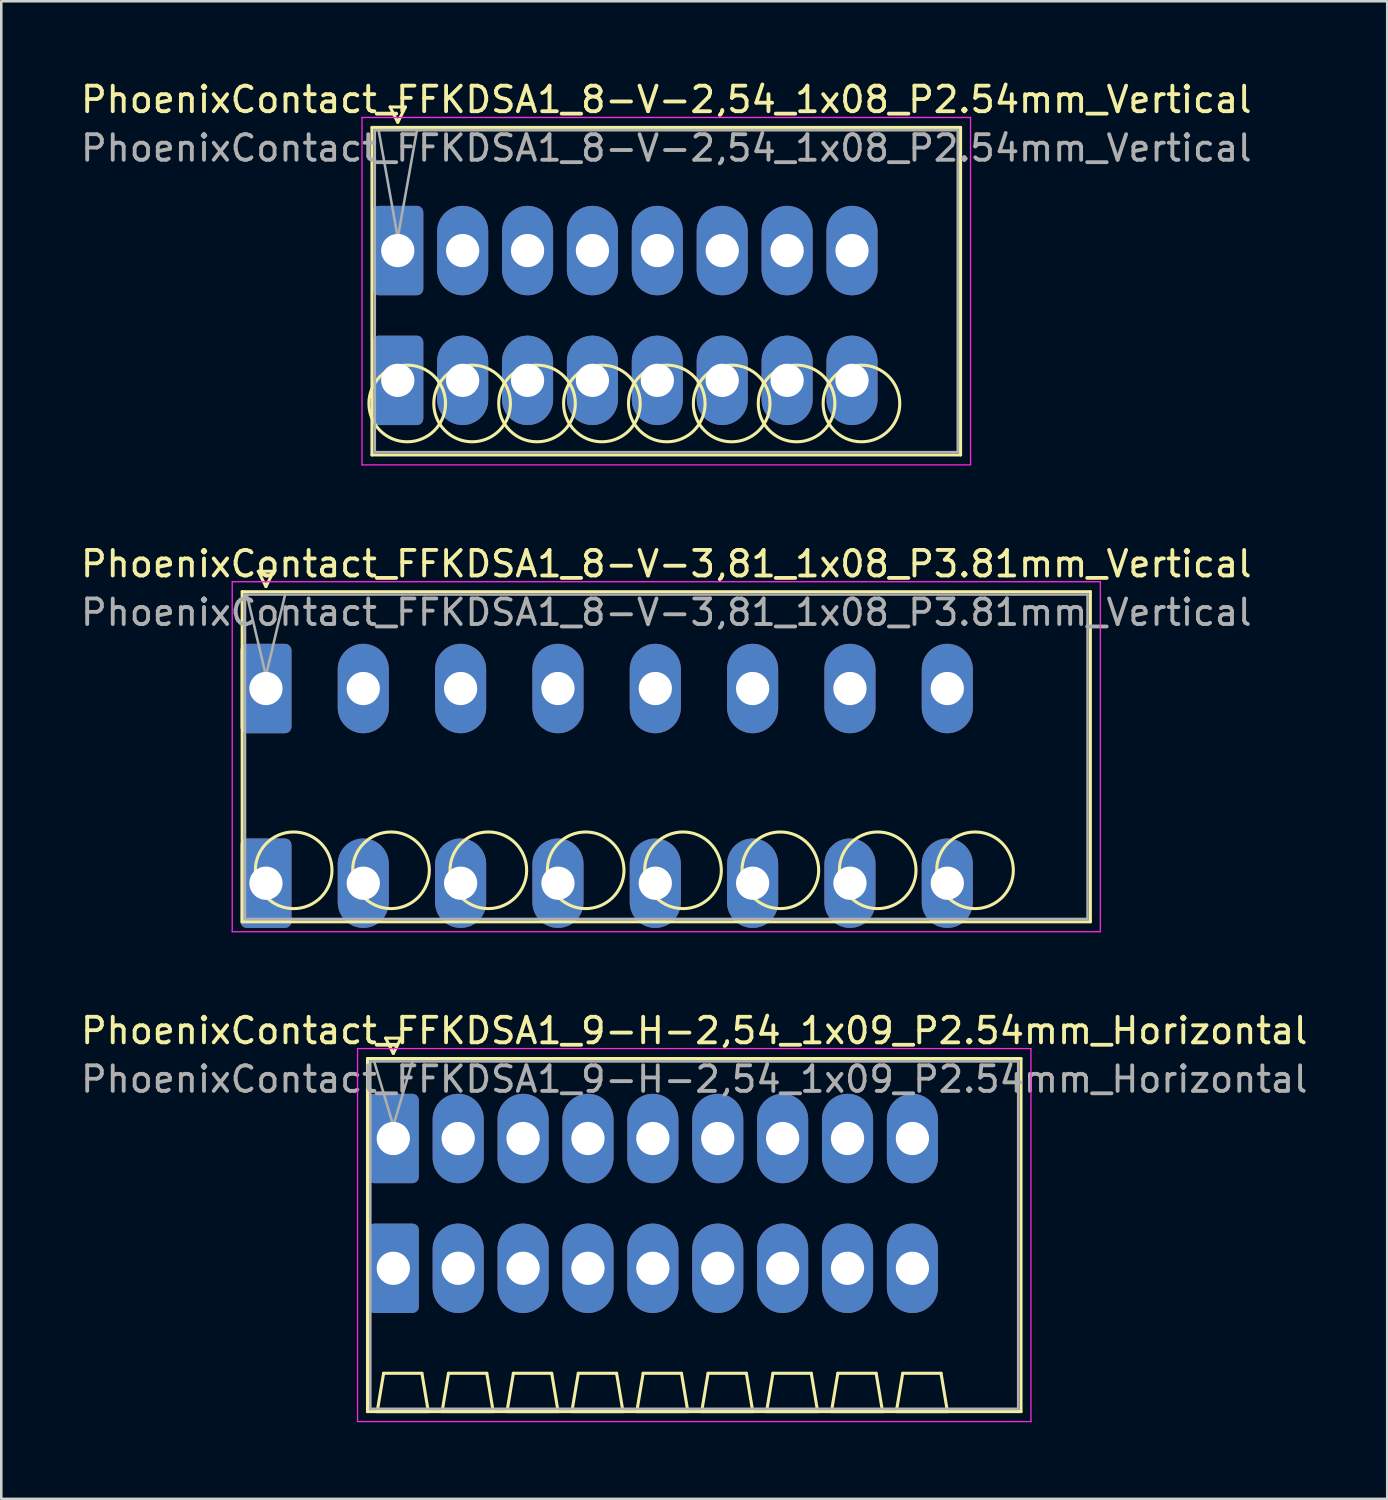
<source format=kicad_pcb>
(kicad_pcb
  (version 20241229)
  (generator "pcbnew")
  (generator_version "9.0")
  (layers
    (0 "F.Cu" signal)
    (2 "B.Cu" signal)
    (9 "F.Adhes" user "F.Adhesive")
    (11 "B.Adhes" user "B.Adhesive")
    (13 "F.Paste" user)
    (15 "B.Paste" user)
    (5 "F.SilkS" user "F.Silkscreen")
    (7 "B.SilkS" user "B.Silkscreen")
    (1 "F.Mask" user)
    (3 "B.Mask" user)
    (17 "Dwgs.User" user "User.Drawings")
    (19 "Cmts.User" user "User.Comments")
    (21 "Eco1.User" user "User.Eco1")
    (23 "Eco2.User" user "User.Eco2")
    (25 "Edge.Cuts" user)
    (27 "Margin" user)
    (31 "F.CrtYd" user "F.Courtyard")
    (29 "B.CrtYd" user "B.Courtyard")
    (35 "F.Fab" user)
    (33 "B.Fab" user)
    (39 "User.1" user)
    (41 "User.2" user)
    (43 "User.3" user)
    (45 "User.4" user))
  (footprint "PhoenixContact_FFKDSA1_8-V-3,81_1x08_P3.81mm_Vertical"
    (layer "F.Cu")
    (at 7.36 23.901)
    (property "Reference" "PhoenixContact_FFKDSA1_8-V-3,81_1x08_P3.81mm_Vertical" (at 15.67 -4.88 0) (layer "F.SilkS") (effects (font (size 1 1) (thickness 0.15))))
    (attr through_hole)
    (fp_line (start -0.93 -3.79) (end -0.93 9.13) (stroke (width 0.12) (type solid)) (layer "F.SilkS"))
    (fp_line (start -0.93 9.13) (end 32.27 9.13) (stroke (width 0.12) (type solid)) (layer "F.SilkS"))
    (fp_line (start -0.3 -4.59) (end 0.3 -4.59) (stroke (width 0.12) (type solid)) (layer "F.SilkS"))
    (fp_line (start 0 -3.99) (end -0.3 -4.59) (stroke (width 0.12) (type solid)) (layer "F.SilkS"))
    (fp_line (start 0.3 -4.59) (end 0 -3.99) (stroke (width 0.12) (type solid)) (layer "F.SilkS"))
    (fp_line (start 32.27 -3.79) (end -0.93 -3.79) (stroke (width 0.12) (type solid)) (layer "F.SilkS"))
    (fp_line (start 32.27 9.13) (end 32.27 -3.79) (stroke (width 0.12) (type solid)) (layer "F.SilkS"))
    (fp_circle (center 1.085 7.115) (end 2.585 7.115) (stroke (width 0.12) (type solid)) (fill no) (layer "F.SilkS"))
    (fp_circle (center 4.895 7.115) (end 6.395 7.115) (stroke (width 0.12) (type solid)) (fill no) (layer "F.SilkS"))
    (fp_circle (center 8.705 7.115) (end 10.205 7.115) (stroke (width 0.12) (type solid)) (fill no) (layer "F.SilkS"))
    (fp_circle (center 12.515 7.115) (end 14.015 7.115) (stroke (width 0.12) (type solid)) (fill no) (layer "F.SilkS"))
    (fp_circle (center 16.325 7.115) (end 17.825 7.115) (stroke (width 0.12) (type solid)) (fill no) (layer "F.SilkS"))
    (fp_circle (center 20.135 7.115) (end 21.635 7.115) (stroke (width 0.12) (type solid)) (fill no) (layer "F.SilkS"))
    (fp_circle (center 23.945 7.115) (end 25.445 7.115) (stroke (width 0.12) (type solid)) (fill no) (layer "F.SilkS"))
    (fp_circle (center 27.755 7.115) (end 29.255 7.115) (stroke (width 0.12) (type solid)) (fill no) (layer "F.SilkS"))
    (fp_line (start -1.32 -4.18) (end -1.32 9.52) (stroke (width 0.05) (type solid)) (layer "F.CrtYd"))
    (fp_line (start -1.32 9.52) (end 32.66 9.52) (stroke (width 0.05) (type solid)) (layer "F.CrtYd"))
    (fp_line (start 32.66 -4.18) (end -1.32 -4.18) (stroke (width 0.05) (type solid)) (layer "F.CrtYd"))
    (fp_line (start 32.66 9.52) (end 32.66 -4.18) (stroke (width 0.05) (type solid)) (layer "F.CrtYd"))
    (fp_line (start -0.82 -3.68) (end -0.82 9.02) (stroke (width 0.1) (type solid)) (layer "F.Fab"))
    (fp_line (start -0.82 9.02) (end 32.16 9.02) (stroke (width 0.1) (type solid)) (layer "F.Fab"))
    (fp_line (start 0 -0.5) (end -0.75 -3.68) (stroke (width 0.1) (type solid)) (layer "F.Fab"))
    (fp_line (start 0.75 -3.68) (end 0 -0.5) (stroke (width 0.1) (type solid)) (layer "F.Fab"))
    (fp_line (start 32.16 -3.68) (end -0.82 -3.68) (stroke (width 0.1) (type solid)) (layer "F.Fab"))
    (fp_line (start 32.16 9.02) (end 32.16 -3.68) (stroke (width 0.1) (type solid)) (layer "F.Fab"))
    (fp_text user "${REFERENCE}" (at 15.67 -2.98 0) (layer "F.Fab") (effects (font (size 1 1) (thickness 0.15))))
    (pad "1" thru_hole roundrect (at 0 0) (size 2 3.5) (drill 1.3) (layers "*.Cu" "*.Mask") (roundrect_rratio 0.125))
    (pad "1" thru_hole roundrect (at 0 7.62) (size 2 3.5) (drill 1.3) (layers "*.Cu" "*.Mask") (roundrect_rratio 0.125))
    (pad "2" thru_hole oval (at 3.81 0) (size 2 3.5) (drill 1.3) (layers "*.Cu" "*.Mask"))
    (pad "2" thru_hole oval (at 3.81 7.62) (size 2 3.5) (drill 1.3) (layers "*.Cu" "*.Mask"))
    (pad "3" thru_hole oval (at 7.62 0) (size 2 3.5) (drill 1.3) (layers "*.Cu" "*.Mask"))
    (pad "3" thru_hole oval (at 7.62 7.62) (size 2 3.5) (drill 1.3) (layers "*.Cu" "*.Mask"))
    (pad "4" thru_hole oval (at 11.43 0) (size 2 3.5) (drill 1.3) (layers "*.Cu" "*.Mask"))
    (pad "4" thru_hole oval (at 11.43 7.62) (size 2 3.5) (drill 1.3) (layers "*.Cu" "*.Mask"))
    (pad "5" thru_hole oval (at 15.24 0) (size 2 3.5) (drill 1.3) (layers "*.Cu" "*.Mask"))
    (pad "5" thru_hole oval (at 15.24 7.62) (size 2 3.5) (drill 1.3) (layers "*.Cu" "*.Mask"))
    (pad "6" thru_hole oval (at 19.05 0) (size 2 3.5) (drill 1.3) (layers "*.Cu" "*.Mask"))
    (pad "6" thru_hole oval (at 19.05 7.62) (size 2 3.5) (drill 1.3) (layers "*.Cu" "*.Mask"))
    (pad "7" thru_hole oval (at 22.86 0) (size 2 3.5) (drill 1.3) (layers "*.Cu" "*.Mask"))
    (pad "7" thru_hole oval (at 22.86 7.62) (size 2 3.5) (drill 1.3) (layers "*.Cu" "*.Mask"))
    (pad "8" thru_hole oval (at 26.67 0) (size 2 3.5) (drill 1.3) (layers "*.Cu" "*.Mask"))
    (pad "8" thru_hole oval (at 26.67 7.62) (size 2 3.5) (drill 1.3) (layers "*.Cu" "*.Mask")))
  (footprint "PhoenixContact_FFKDSA1_9-H-2,54_1x09_P2.54mm_Horizontal"
    (layer "F.Cu")
    (at 12.345 41.515)
    (property "Reference" "PhoenixContact_FFKDSA1_9-H-2,54_1x09_P2.54mm_Horizontal" (at 11.78 -4.22 0) (layer "F.SilkS") (effects (font (size 1 1) (thickness 0.15))))
    (attr through_hole)
    (fp_line (start -1.01 -3.13) (end -1.01 10.69) (stroke (width 0.12) (type solid)) (layer "F.SilkS"))
    (fp_line (start -1.01 10.69) (end 24.57 10.69) (stroke (width 0.12) (type solid)) (layer "F.SilkS"))
    (fp_line (start -0.63 10.69) (end 1.37 10.69) (stroke (width 0.12) (type solid)) (layer "F.SilkS"))
    (fp_line (start -0.38 9.19) (end -0.63 10.69) (stroke (width 0.12) (type solid)) (layer "F.SilkS"))
    (fp_line (start -0.3 -3.93) (end 0.3 -3.93) (stroke (width 0.12) (type solid)) (layer "F.SilkS"))
    (fp_line (start 0 -3.33) (end -0.3 -3.93) (stroke (width 0.12) (type solid)) (layer "F.SilkS"))
    (fp_line (start 0.3 -3.93) (end 0 -3.33) (stroke (width 0.12) (type solid)) (layer "F.SilkS"))
    (fp_line (start 1.12 9.19) (end -0.38 9.19) (stroke (width 0.12) (type solid)) (layer "F.SilkS"))
    (fp_line (start 1.37 10.69) (end 1.12 9.19) (stroke (width 0.12) (type solid)) (layer "F.SilkS"))
    (fp_line (start 1.91 10.69) (end 3.91 10.69) (stroke (width 0.12) (type solid)) (layer "F.SilkS"))
    (fp_line (start 2.16 9.19) (end 1.91 10.69) (stroke (width 0.12) (type solid)) (layer "F.SilkS"))
    (fp_line (start 3.66 9.19) (end 2.16 9.19) (stroke (width 0.12) (type solid)) (layer "F.SilkS"))
    (fp_line (start 3.91 10.69) (end 3.66 9.19) (stroke (width 0.12) (type solid)) (layer "F.SilkS"))
    (fp_line (start 4.45 10.69) (end 6.45 10.69) (stroke (width 0.12) (type solid)) (layer "F.SilkS"))
    (fp_line (start 4.7 9.19) (end 4.45 10.69) (stroke (width 0.12) (type solid)) (layer "F.SilkS"))
    (fp_line (start 6.2 9.19) (end 4.7 9.19) (stroke (width 0.12) (type solid)) (layer "F.SilkS"))
    (fp_line (start 6.45 10.69) (end 6.2 9.19) (stroke (width 0.12) (type solid)) (layer "F.SilkS"))
    (fp_line (start 6.99 10.69) (end 8.99 10.69) (stroke (width 0.12) (type solid)) (layer "F.SilkS"))
    (fp_line (start 7.24 9.19) (end 6.99 10.69) (stroke (width 0.12) (type solid)) (layer "F.SilkS"))
    (fp_line (start 8.74 9.19) (end 7.24 9.19) (stroke (width 0.12) (type solid)) (layer "F.SilkS"))
    (fp_line (start 8.99 10.69) (end 8.74 9.19) (stroke (width 0.12) (type solid)) (layer "F.SilkS"))
    (fp_line (start 9.53 10.69) (end 11.53 10.69) (stroke (width 0.12) (type solid)) (layer "F.SilkS"))
    (fp_line (start 9.78 9.19) (end 9.53 10.69) (stroke (width 0.12) (type solid)) (layer "F.SilkS"))
    (fp_line (start 11.28 9.19) (end 9.78 9.19) (stroke (width 0.12) (type solid)) (layer "F.SilkS"))
    (fp_line (start 11.53 10.69) (end 11.28 9.19) (stroke (width 0.12) (type solid)) (layer "F.SilkS"))
    (fp_line (start 12.07 10.69) (end 14.07 10.69) (stroke (width 0.12) (type solid)) (layer "F.SilkS"))
    (fp_line (start 12.32 9.19) (end 12.07 10.69) (stroke (width 0.12) (type solid)) (layer "F.SilkS"))
    (fp_line (start 13.82 9.19) (end 12.32 9.19) (stroke (width 0.12) (type solid)) (layer "F.SilkS"))
    (fp_line (start 14.07 10.69) (end 13.82 9.19) (stroke (width 0.12) (type solid)) (layer "F.SilkS"))
    (fp_line (start 14.61 10.69) (end 16.61 10.69) (stroke (width 0.12) (type solid)) (layer "F.SilkS"))
    (fp_line (start 14.86 9.19) (end 14.61 10.69) (stroke (width 0.12) (type solid)) (layer "F.SilkS"))
    (fp_line (start 16.36 9.19) (end 14.86 9.19) (stroke (width 0.12) (type solid)) (layer "F.SilkS"))
    (fp_line (start 16.61 10.69) (end 16.36 9.19) (stroke (width 0.12) (type solid)) (layer "F.SilkS"))
    (fp_line (start 17.15 10.69) (end 19.15 10.69) (stroke (width 0.12) (type solid)) (layer "F.SilkS"))
    (fp_line (start 17.4 9.19) (end 17.15 10.69) (stroke (width 0.12) (type solid)) (layer "F.SilkS"))
    (fp_line (start 18.9 9.19) (end 17.4 9.19) (stroke (width 0.12) (type solid)) (layer "F.SilkS"))
    (fp_line (start 19.15 10.69) (end 18.9 9.19) (stroke (width 0.12) (type solid)) (layer "F.SilkS"))
    (fp_line (start 19.69 10.69) (end 21.69 10.69) (stroke (width 0.12) (type solid)) (layer "F.SilkS"))
    (fp_line (start 19.94 9.19) (end 19.69 10.69) (stroke (width 0.12) (type solid)) (layer "F.SilkS"))
    (fp_line (start 21.44 9.19) (end 19.94 9.19) (stroke (width 0.12) (type solid)) (layer "F.SilkS"))
    (fp_line (start 21.69 10.69) (end 21.44 9.19) (stroke (width 0.12) (type solid)) (layer "F.SilkS"))
    (fp_line (start 24.57 -3.13) (end -1.01 -3.13) (stroke (width 0.12) (type solid)) (layer "F.SilkS"))
    (fp_line (start 24.57 10.69) (end 24.57 -3.13) (stroke (width 0.12) (type solid)) (layer "F.SilkS"))
    (fp_line (start -1.4 -3.52) (end -1.4 11.08) (stroke (width 0.05) (type solid)) (layer "F.CrtYd"))
    (fp_line (start -1.4 11.08) (end 24.96 11.08) (stroke (width 0.05) (type solid)) (layer "F.CrtYd"))
    (fp_line (start 24.96 -3.52) (end -1.4 -3.52) (stroke (width 0.05) (type solid)) (layer "F.CrtYd"))
    (fp_line (start 24.96 11.08) (end 24.96 -3.52) (stroke (width 0.05) (type solid)) (layer "F.CrtYd"))
    (fp_line (start -0.9 -3.02) (end -0.9 10.58) (stroke (width 0.1) (type solid)) (layer "F.Fab"))
    (fp_line (start -0.9 10.58) (end 24.46 10.58) (stroke (width 0.1) (type solid)) (layer "F.Fab"))
    (fp_line (start 0 -0.5) (end -0.75 -3.02) (stroke (width 0.1) (type solid)) (layer "F.Fab"))
    (fp_line (start 0.75 -3.02) (end 0 -0.5) (stroke (width 0.1) (type solid)) (layer "F.Fab"))
    (fp_line (start 24.46 -3.02) (end -0.9 -3.02) (stroke (width 0.1) (type solid)) (layer "F.Fab"))
    (fp_line (start 24.46 10.58) (end 24.46 -3.02) (stroke (width 0.1) (type solid)) (layer "F.Fab"))
    (fp_text user "${REFERENCE}" (at 11.78 -2.32 0) (layer "F.Fab") (effects (font (size 1 1) (thickness 0.15))))
    (pad "1" thru_hole roundrect (at 0 0) (size 2 3.5) (drill 1.3) (layers "*.Cu" "*.Mask") (roundrect_rratio 0.125))
    (pad "1" thru_hole roundrect (at 0 5.08) (size 2 3.5) (drill 1.3) (layers "*.Cu" "*.Mask") (roundrect_rratio 0.125))
    (pad "2" thru_hole oval (at 2.54 0) (size 2 3.5) (drill 1.3) (layers "*.Cu" "*.Mask"))
    (pad "2" thru_hole oval (at 2.54 5.08) (size 2 3.5) (drill 1.3) (layers "*.Cu" "*.Mask"))
    (pad "3" thru_hole oval (at 5.08 0) (size 2 3.5) (drill 1.3) (layers "*.Cu" "*.Mask"))
    (pad "3" thru_hole oval (at 5.08 5.08) (size 2 3.5) (drill 1.3) (layers "*.Cu" "*.Mask"))
    (pad "4" thru_hole oval (at 7.62 0) (size 2 3.5) (drill 1.3) (layers "*.Cu" "*.Mask"))
    (pad "4" thru_hole oval (at 7.62 5.08) (size 2 3.5) (drill 1.3) (layers "*.Cu" "*.Mask"))
    (pad "5" thru_hole oval (at 10.16 0) (size 2 3.5) (drill 1.3) (layers "*.Cu" "*.Mask"))
    (pad "5" thru_hole oval (at 10.16 5.08) (size 2 3.5) (drill 1.3) (layers "*.Cu" "*.Mask"))
    (pad "6" thru_hole oval (at 12.7 0) (size 2 3.5) (drill 1.3) (layers "*.Cu" "*.Mask"))
    (pad "6" thru_hole oval (at 12.7 5.08) (size 2 3.5) (drill 1.3) (layers "*.Cu" "*.Mask"))
    (pad "7" thru_hole oval (at 15.24 0) (size 2 3.5) (drill 1.3) (layers "*.Cu" "*.Mask"))
    (pad "7" thru_hole oval (at 15.24 5.08) (size 2 3.5) (drill 1.3) (layers "*.Cu" "*.Mask"))
    (pad "8" thru_hole oval (at 17.78 0) (size 2 3.5) (drill 1.3) (layers "*.Cu" "*.Mask"))
    (pad "8" thru_hole oval (at 17.78 5.08) (size 2 3.5) (drill 1.3) (layers "*.Cu" "*.Mask"))
    (pad "9" thru_hole oval (at 20.32 0) (size 2 3.5) (drill 1.3) (layers "*.Cu" "*.Mask"))
    (pad "9" thru_hole oval (at 20.32 5.08) (size 2 3.5) (drill 1.3) (layers "*.Cu" "*.Mask")))
  (footprint "PhoenixContact_FFKDSA1_8-V-2,54_1x08_P2.54mm_Vertical"
    (layer "F.Cu")
    (at 12.52 6.758)
    (property "Reference" "PhoenixContact_FFKDSA1_8-V-2,54_1x08_P2.54mm_Vertical" (at 10.51 -5.91 0) (layer "F.SilkS") (effects (font (size 1 1) (thickness 0.15))))
    (attr through_hole)
    (fp_line (start -1.01 -4.82) (end -1.01 8) (stroke (width 0.12) (type solid)) (layer "F.SilkS"))
    (fp_line (start -1.01 8) (end 22.03 8) (stroke (width 0.12) (type solid)) (layer "F.SilkS"))
    (fp_line (start -0.3 -5.62) (end 0.3 -5.62) (stroke (width 0.12) (type solid)) (layer "F.SilkS"))
    (fp_line (start 0 -5.02) (end -0.3 -5.62) (stroke (width 0.12) (type solid)) (layer "F.SilkS"))
    (fp_line (start 0.3 -5.62) (end 0 -5.02) (stroke (width 0.12) (type solid)) (layer "F.SilkS"))
    (fp_line (start 22.03 -4.82) (end -1.01 -4.82) (stroke (width 0.12) (type solid)) (layer "F.SilkS"))
    (fp_line (start 22.03 8) (end 22.03 -4.82) (stroke (width 0.12) (type solid)) (layer "F.SilkS"))
    (fp_circle (center 0.37 5.985) (end 1.87 5.985) (stroke (width 0.12) (type solid)) (fill no) (layer "F.SilkS"))
    (fp_circle (center 2.91 5.985) (end 4.41 5.985) (stroke (width 0.12) (type solid)) (fill no) (layer "F.SilkS"))
    (fp_circle (center 5.45 5.985) (end 6.95 5.985) (stroke (width 0.12) (type solid)) (fill no) (layer "F.SilkS"))
    (fp_circle (center 7.99 5.985) (end 9.49 5.985) (stroke (width 0.12) (type solid)) (fill no) (layer "F.SilkS"))
    (fp_circle (center 10.53 5.985) (end 12.03 5.985) (stroke (width 0.12) (type solid)) (fill no) (layer "F.SilkS"))
    (fp_circle (center 13.07 5.985) (end 14.57 5.985) (stroke (width 0.12) (type solid)) (fill no) (layer "F.SilkS"))
    (fp_circle (center 15.61 5.985) (end 17.11 5.985) (stroke (width 0.12) (type solid)) (fill no) (layer "F.SilkS"))
    (fp_circle (center 18.15 5.985) (end 19.65 5.985) (stroke (width 0.12) (type solid)) (fill no) (layer "F.SilkS"))
    (fp_line (start -1.4 -5.21) (end -1.4 8.39) (stroke (width 0.05) (type solid)) (layer "F.CrtYd"))
    (fp_line (start -1.4 8.39) (end 22.42 8.39) (stroke (width 0.05) (type solid)) (layer "F.CrtYd"))
    (fp_line (start 22.42 -5.21) (end -1.4 -5.21) (stroke (width 0.05) (type solid)) (layer "F.CrtYd"))
    (fp_line (start 22.42 8.39) (end 22.42 -5.21) (stroke (width 0.05) (type solid)) (layer "F.CrtYd"))
    (fp_line (start -0.9 -4.71) (end -0.9 7.89) (stroke (width 0.1) (type solid)) (layer "F.Fab"))
    (fp_line (start -0.9 7.89) (end 21.92 7.89) (stroke (width 0.1) (type solid)) (layer "F.Fab"))
    (fp_line (start 0 -0.5) (end -0.75 -4.71) (stroke (width 0.1) (type solid)) (layer "F.Fab"))
    (fp_line (start 0.75 -4.71) (end 0 -0.5) (stroke (width 0.1) (type solid)) (layer "F.Fab"))
    (fp_line (start 21.92 -4.71) (end -0.9 -4.71) (stroke (width 0.1) (type solid)) (layer "F.Fab"))
    (fp_line (start 21.92 7.89) (end 21.92 -4.71) (stroke (width 0.1) (type solid)) (layer "F.Fab"))
    (fp_text user "${REFERENCE}" (at 10.51 -4.01 0) (layer "F.Fab") (effects (font (size 1 1) (thickness 0.15))))
    (pad "1" thru_hole roundrect (at 0 0) (size 2 3.5) (drill 1.3) (layers "*.Cu" "*.Mask") (roundrect_rratio 0.125))
    (pad "1" thru_hole roundrect (at 0 5.08) (size 2 3.5) (drill 1.3) (layers "*.Cu" "*.Mask") (roundrect_rratio 0.125))
    (pad "2" thru_hole oval (at 2.54 0) (size 2 3.5) (drill 1.3) (layers "*.Cu" "*.Mask"))
    (pad "2" thru_hole oval (at 2.54 5.08) (size 2 3.5) (drill 1.3) (layers "*.Cu" "*.Mask"))
    (pad "3" thru_hole oval (at 5.08 0) (size 2 3.5) (drill 1.3) (layers "*.Cu" "*.Mask"))
    (pad "3" thru_hole oval (at 5.08 5.08) (size 2 3.5) (drill 1.3) (layers "*.Cu" "*.Mask"))
    (pad "4" thru_hole oval (at 7.62 0) (size 2 3.5) (drill 1.3) (layers "*.Cu" "*.Mask"))
    (pad "4" thru_hole oval (at 7.62 5.08) (size 2 3.5) (drill 1.3) (layers "*.Cu" "*.Mask"))
    (pad "5" thru_hole oval (at 10.16 0) (size 2 3.5) (drill 1.3) (layers "*.Cu" "*.Mask"))
    (pad "5" thru_hole oval (at 10.16 5.08) (size 2 3.5) (drill 1.3) (layers "*.Cu" "*.Mask"))
    (pad "6" thru_hole oval (at 12.7 0) (size 2 3.5) (drill 1.3) (layers "*.Cu" "*.Mask"))
    (pad "6" thru_hole oval (at 12.7 5.08) (size 2 3.5) (drill 1.3) (layers "*.Cu" "*.Mask"))
    (pad "7" thru_hole oval (at 15.24 0) (size 2 3.5) (drill 1.3) (layers "*.Cu" "*.Mask"))
    (pad "7" thru_hole oval (at 15.24 5.08) (size 2 3.5) (drill 1.3) (layers "*.Cu" "*.Mask"))
    (pad "8" thru_hole oval (at 17.78 0) (size 2 3.5) (drill 1.3) (layers "*.Cu" "*.Mask"))
    (pad "8" thru_hole oval (at 17.78 5.08) (size 2 3.5) (drill 1.3) (layers "*.Cu" "*.Mask")))
  (gr_rect
    (start -3 -3)
    (end 51.25 55.62)
    (stroke (width 0.1) (type default))
    (fill no)
    (layer "Edge.Cuts")))
</source>
